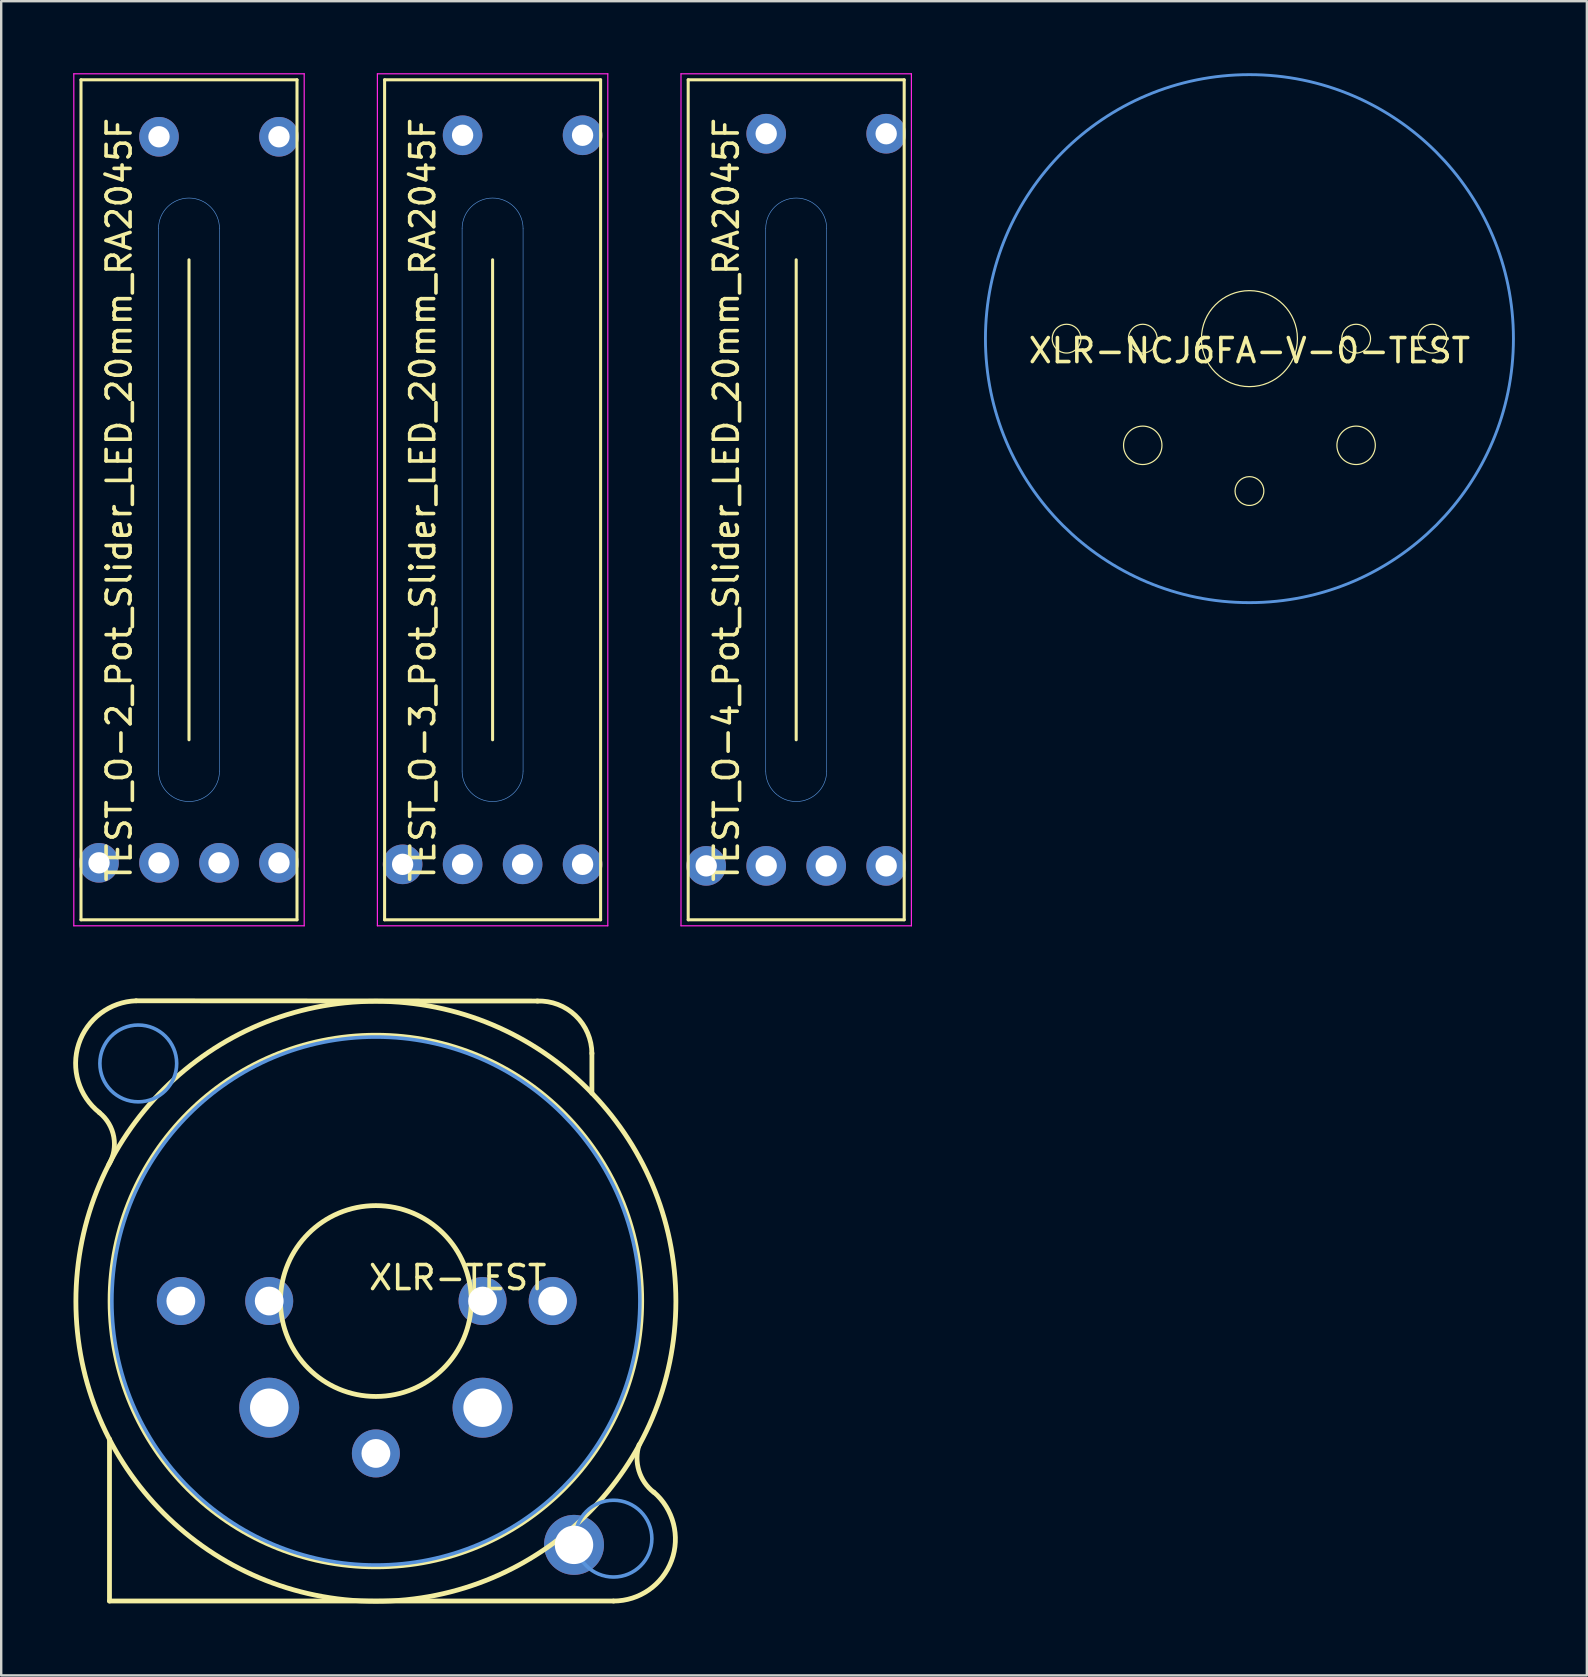
<source format=kicad_pcb>
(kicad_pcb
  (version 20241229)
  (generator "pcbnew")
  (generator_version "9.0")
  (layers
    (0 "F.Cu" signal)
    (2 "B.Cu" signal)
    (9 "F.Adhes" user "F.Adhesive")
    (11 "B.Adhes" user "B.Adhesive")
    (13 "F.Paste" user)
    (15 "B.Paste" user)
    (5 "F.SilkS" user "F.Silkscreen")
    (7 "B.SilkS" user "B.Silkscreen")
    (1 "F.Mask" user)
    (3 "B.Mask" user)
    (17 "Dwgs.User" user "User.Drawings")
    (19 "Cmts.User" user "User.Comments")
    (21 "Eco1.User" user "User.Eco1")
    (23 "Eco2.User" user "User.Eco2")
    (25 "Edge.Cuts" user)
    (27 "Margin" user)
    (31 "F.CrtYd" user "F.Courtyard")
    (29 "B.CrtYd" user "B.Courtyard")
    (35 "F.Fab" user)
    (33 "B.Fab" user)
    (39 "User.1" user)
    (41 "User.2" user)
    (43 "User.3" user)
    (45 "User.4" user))
  (footprint "TEST_O-2_Pot_Slider_LED_20mm_RA2045F"
    (layer "F.Cu")
    (at 4.825 17.775)
    (property "Reference" "TEST_O-2_Pot_Slider_LED_20mm_RA2045F" (at -2.91 0 90) (layer "F.SilkS") (effects (font (size 1 1) (thickness 0.15))))
    (attr exclude_from_pos_files exclude_from_bom)
    (fp_line (start -4.5 -17.5) (end -4.5 17.5) (stroke (width 0.127) (type solid)) (layer "F.SilkS"))
    (fp_line (start -4.5 17.5) (end 4.5 17.5) (stroke (width 0.127) (type solid)) (layer "F.SilkS"))
    (fp_line (start 0 10) (end 0 -10) (stroke (width 0.127) (type solid)) (layer "F.SilkS"))
    (fp_line (start 4.5 -17.5) (end -4.5 -17.5) (stroke (width 0.127) (type solid)) (layer "F.SilkS"))
    (fp_line (start 4.5 17.5) (end 4.5 -17.5) (stroke (width 0.127) (type solid)) (layer "F.SilkS"))
    (fp_line (start -1.27 -11.303) (end -1.27 11.303) (stroke (width 0.025) (type solid)) (layer "Cmts.User"))
    (fp_line (start 1.27 -11.303) (end 1.27 11.303) (stroke (width 0.025) (type solid)) (layer "Cmts.User"))
    (fp_arc (start -1.27 -11.303) (mid 0 -12.573) (end 1.27 -11.303) (stroke (width 0.0254) (type solid)) (layer "Cmts.User"))
    (fp_arc (start 1.27 11.303) (mid 0 12.573) (end -1.27 11.303) (stroke (width 0.0254) (type solid)) (layer "Cmts.User"))
    (fp_line (start -4.8 -17.75) (end -4.8 17.75) (stroke (width 0.05) (type solid)) (layer "F.CrtYd"))
    (fp_line (start -4.8 17.75) (end 4.8 17.75) (stroke (width 0.05) (type solid)) (layer "F.CrtYd"))
    (fp_line (start 4.8 -17.75) (end -4.8 -17.75) (stroke (width 0.05) (type solid)) (layer "F.CrtYd"))
    (fp_line (start 4.8 17.75) (end 4.8 -17.75) (stroke (width 0.05) (type solid)) (layer "F.CrtYd"))
    (pad "LEDA" thru_hole circle (at 3.749 -15.126 90) (size 1.651 1.651) (drill 0.889) (layers "*.Cu" "*.Mask"))
    (pad "LEDC" thru_hole circle (at 3.749 15.126 90) (size 1.651 1.651) (drill 0.889) (layers "*.Cu" "*.Mask"))
    (pad "NC" thru_hole circle (at 1.25 15.126 90) (size 1.651 1.651) (drill 0.889) (layers "*.Cu" "*.Mask"))
    (pad "P1" thru_hole circle (at -1.25 15.126 90) (size 1.651 1.651) (drill 0.889) (layers "*.Cu" "*.Mask"))
    (pad "P2" thru_hole circle (at -3.749 15.126 90) (size 1.651 1.651) (drill 0.889) (layers "*.Cu" "*.Mask"))
    (pad "P3" thru_hole circle (at -1.25 -15.126 90) (size 1.651 1.651) (drill 0.889) (layers "*.Cu" "*.Mask")))
  (footprint "XLR-TEST"
    (layer "F.Cu")
    (at 12.612 51.16)
    (property "Reference" "XLR-TEST" (at -0.38 -0.39 0) (layer "F.SilkS") (effects (font (size 1 1) (thickness 0.15)) (justify left bottom)))
    (attr through_hole)
    (fp_line (start -11.1 5.75) (end -11.1 12.5) (stroke (width 0.2) (type solid)) (layer "F.SilkS"))
    (fp_line (start -9.99 -12.51) (end 6.74 -12.5) (stroke (width 0.2) (type solid)) (layer "F.SilkS"))
    (fp_line (start 9 -10.33) (end 9 -8.66) (stroke (width 0.2) (type solid)) (layer "F.SilkS"))
    (fp_line (start 9.9 12.5) (end -11.1 12.5) (stroke (width 0.2) (type solid)) (layer "F.SilkS"))
    (fp_arc (start -11.519842 -7.849144) (mid -10.920494 -6.837256) (end -11.13 -5.68) (stroke (width 0.2) (type solid)) (layer "F.SilkS"))
    (fp_arc (start -11.519564 -7.85129) (mid -12.381239 -10.714649) (end -9.99 -12.51) (stroke (width 0.2) (type solid)) (layer "F.SilkS"))
    (fp_arc (start 6.720903 -12.50003) (mid 8.323828 -11.888266) (end 9 -10.31143) (stroke (width 0.2) (type solid)) (layer "F.SilkS"))
    (fp_arc (start 11.579631 7.969713) (mid 10.959933 7.071936) (end 10.969153 5.981091) (stroke (width 0.2) (type solid)) (layer "F.SilkS"))
    (fp_arc (start 11.582414 7.964013) (mid 12.318972 10.817205) (end 9.9 12.5) (stroke (width 0.2) (type solid)) (layer "F.SilkS"))
    (fp_arc (start 12.499984 0.02) (mid -12.499996 -0.01) (end 12.5 0) (stroke (width 0.2) (type solid)) (layer "F.SilkS"))
    (fp_circle (center 0 0) (end 3.976 0) (stroke (width 0.2) (type solid)) (fill no) (layer "F.SilkS"))
    (fp_circle (center 0 0) (end 11.075 0) (stroke (width 0.2) (type solid)) (fill no) (layer "F.SilkS"))
    (fp_circle (center -9.9 -9.9) (end -8.3 -9.9) (stroke (width 0.15) (type solid)) (fill no) (layer "Cmts.User"))
    (fp_circle (center 0 0) (end 11 0) (stroke (width 0.15) (type solid)) (fill no) (layer "Cmts.User"))
    (fp_circle (center 9.9 9.9) (end 11.5 9.9) (stroke (width 0.15) (type solid)) (fill no) (layer "Cmts.User"))
    (pad "1" thru_hole circle (at 4.445 0 270) (size 2 2) (drill 1.2) (layers "*.Cu" "*.Mask"))
    (pad "1" thru_hole circle (at 7.366 0 270) (size 2 2) (drill 1.2) (layers "*.Cu" "*.Mask"))
    (pad "2" thru_hole circle (at -8.128 0 270) (size 2 2) (drill 1.2) (layers "*.Cu" "*.Mask"))
    (pad "2" thru_hole circle (at -4.445 0 270) (size 2 2) (drill 1.2) (layers "*.Cu" "*.Mask"))
    (pad "3" thru_hole circle (at -4.445 4.445 270) (size 2.5 2.5) (drill 1.6) (layers "*.Cu" "*.Mask"))
    (pad "3" thru_hole circle (at 0 6.35 270) (size 2 2) (drill 1.2) (layers "*.Cu" "*.Mask"))
    (pad "3" thru_hole circle (at 4.445 4.445 270) (size 2.5 2.5) (drill 1.6) (layers "*.Cu" "*.Mask"))
    (pad "4" thru_hole circle (at 8.255 10.16 270) (size 2.5 2.5) (drill 1.6) (layers "*.Cu" "*.Mask")))
  (footprint "XLR-NCJ6FA-V-0-TEST"
    (layer "F.Cu")
    (at 49.01 11.06)
    (property "Reference" "XLR-NCJ6FA-V-0-TEST" (at 0 0.5 0) (layer "F.SilkS") (effects (font (size 1 1) (thickness 0.15))))
    (attr through_hole)
    (fp_circle (center -7.62 0) (end -7.02 0) (stroke (width 0.05) (type solid)) (fill no) (layer "F.SilkS"))
    (fp_circle (center -4.445 0) (end -3.845 0) (stroke (width 0.05) (type solid)) (fill no) (layer "F.SilkS"))
    (fp_circle (center -4.445 4.445) (end -3.645 4.445) (stroke (width 0.05) (type solid)) (fill no) (layer "F.SilkS"))
    (fp_circle (center 0 0) (end 2 0) (stroke (width 0.05) (type solid)) (fill no) (layer "F.SilkS"))
    (fp_circle (center 0 6.35) (end 0.6 6.35) (stroke (width 0.05) (type solid)) (fill no) (layer "F.SilkS"))
    (fp_circle (center 4.445 0) (end 5.045 0) (stroke (width 0.05) (type solid)) (fill no) (layer "F.SilkS"))
    (fp_circle (center 4.445 4.445) (end 5.245 4.445) (stroke (width 0.05) (type solid)) (fill no) (layer "F.SilkS"))
    (fp_circle (center 7.62 0) (end 8.22 0) (stroke (width 0.05) (type solid)) (fill no) (layer "F.SilkS"))
    (fp_circle (center 0 0) (end 11 0) (stroke (width 0.12) (type solid)) (fill no) (layer "Cmts.User")))
  (footprint "TEST_O-4_Pot_Slider_LED_20mm_RA2045F"
    (layer "F.Cu")
    (at 30.125 17.775)
    (property "Reference" "TEST_O-4_Pot_Slider_LED_20mm_RA2045F" (at -2.91 0 90) (layer "F.SilkS") (effects (font (size 1 1) (thickness 0.15))))
    (attr exclude_from_pos_files exclude_from_bom)
    (fp_line (start -4.5 -17.5) (end -4.5 17.5) (stroke (width 0.127) (type solid)) (layer "F.SilkS"))
    (fp_line (start -4.5 17.5) (end 4.5 17.5) (stroke (width 0.127) (type solid)) (layer "F.SilkS"))
    (fp_line (start 0 10) (end 0 -10) (stroke (width 0.127) (type solid)) (layer "F.SilkS"))
    (fp_line (start 4.5 -17.5) (end -4.5 -17.5) (stroke (width 0.127) (type solid)) (layer "F.SilkS"))
    (fp_line (start 4.5 17.5) (end 4.5 -17.5) (stroke (width 0.127) (type solid)) (layer "F.SilkS"))
    (fp_line (start -1.27 -11.303) (end -1.27 11.303) (stroke (width 0.025) (type solid)) (layer "Cmts.User"))
    (fp_line (start 1.27 -11.303) (end 1.27 11.303) (stroke (width 0.025) (type solid)) (layer "Cmts.User"))
    (fp_arc (start -1.27 -11.303) (mid 0 -12.573) (end 1.27 -11.303) (stroke (width 0.0254) (type solid)) (layer "Cmts.User"))
    (fp_arc (start 1.27 11.303) (mid 0 12.573) (end -1.27 11.303) (stroke (width 0.0254) (type solid)) (layer "Cmts.User"))
    (fp_line (start -4.8 -17.75) (end -4.8 17.75) (stroke (width 0.05) (type solid)) (layer "F.CrtYd"))
    (fp_line (start -4.8 17.75) (end 4.8 17.75) (stroke (width 0.05) (type solid)) (layer "F.CrtYd"))
    (fp_line (start 4.8 -17.75) (end -4.8 -17.75) (stroke (width 0.05) (type solid)) (layer "F.CrtYd"))
    (fp_line (start 4.8 17.75) (end 4.8 -17.75) (stroke (width 0.05) (type solid)) (layer "F.CrtYd"))
    (pad "LEDA" thru_hole circle (at 3.749 -15.253 90) (size 1.651 1.651) (drill 0.889) (layers "*.Cu" "*.Mask"))
    (pad "LEDC" thru_hole circle (at 3.749 15.253 90) (size 1.651 1.651) (drill 0.889) (layers "*.Cu" "*.Mask"))
    (pad "NC" thru_hole circle (at 1.25 15.253 90) (size 1.651 1.651) (drill 0.889) (layers "*.Cu" "*.Mask"))
    (pad "P1" thru_hole circle (at -1.25 15.253 90) (size 1.651 1.651) (drill 0.889) (layers "*.Cu" "*.Mask"))
    (pad "P2" thru_hole circle (at -3.749 15.253 90) (size 1.651 1.651) (drill 0.889) (layers "*.Cu" "*.Mask"))
    (pad "P3" thru_hole circle (at -1.25 -15.253 90) (size 1.651 1.651) (drill 0.889) (layers "*.Cu" "*.Mask")))
  (footprint "TEST_O-3_Pot_Slider_LED_20mm_RA2045F"
    (layer "F.Cu")
    (at 17.475 17.775)
    (property "Reference" "TEST_O-3_Pot_Slider_LED_20mm_RA2045F" (at -2.91 0 90) (layer "F.SilkS") (effects (font (size 1 1) (thickness 0.15))))
    (attr exclude_from_pos_files exclude_from_bom)
    (fp_line (start -4.5 -17.5) (end -4.5 17.5) (stroke (width 0.127) (type solid)) (layer "F.SilkS"))
    (fp_line (start -4.5 17.5) (end 4.5 17.5) (stroke (width 0.127) (type solid)) (layer "F.SilkS"))
    (fp_line (start 0 10) (end 0 -10) (stroke (width 0.127) (type solid)) (layer "F.SilkS"))
    (fp_line (start 4.5 -17.5) (end -4.5 -17.5) (stroke (width 0.127) (type solid)) (layer "F.SilkS"))
    (fp_line (start 4.5 17.5) (end 4.5 -17.5) (stroke (width 0.127) (type solid)) (layer "F.SilkS"))
    (fp_line (start -1.27 -11.303) (end -1.27 11.303) (stroke (width 0.025) (type solid)) (layer "Cmts.User"))
    (fp_line (start 1.27 -11.303) (end 1.27 11.303) (stroke (width 0.025) (type solid)) (layer "Cmts.User"))
    (fp_arc (start -1.27 -11.303) (mid 0 -12.573) (end 1.27 -11.303) (stroke (width 0.0254) (type solid)) (layer "Cmts.User"))
    (fp_arc (start 1.27 11.303) (mid 0 12.573) (end -1.27 11.303) (stroke (width 0.0254) (type solid)) (layer "Cmts.User"))
    (fp_line (start -4.8 -17.75) (end -4.8 17.75) (stroke (width 0.05) (type solid)) (layer "F.CrtYd"))
    (fp_line (start -4.8 17.75) (end 4.8 17.75) (stroke (width 0.05) (type solid)) (layer "F.CrtYd"))
    (fp_line (start 4.8 -17.75) (end -4.8 -17.75) (stroke (width 0.05) (type solid)) (layer "F.CrtYd"))
    (fp_line (start 4.8 17.75) (end 4.8 -17.75) (stroke (width 0.05) (type solid)) (layer "F.CrtYd"))
    (pad "LEDA" thru_hole circle (at 3.749 -15.189 90) (size 1.651 1.651) (drill 0.889) (layers "*.Cu" "*.Mask"))
    (pad "LEDC" thru_hole circle (at 3.749 15.189 90) (size 1.651 1.651) (drill 0.889) (layers "*.Cu" "*.Mask"))
    (pad "NC" thru_hole circle (at 1.25 15.189 90) (size 1.651 1.651) (drill 0.889) (layers "*.Cu" "*.Mask"))
    (pad "P1" thru_hole circle (at -1.25 15.189 90) (size 1.651 1.651) (drill 0.889) (layers "*.Cu" "*.Mask"))
    (pad "P2" thru_hole circle (at -3.749 15.189 90) (size 1.651 1.651) (drill 0.889) (layers "*.Cu" "*.Mask"))
    (pad "P3" thru_hole circle (at -1.25 -15.189 90) (size 1.651 1.651) (drill 0.889) (layers "*.Cu" "*.Mask")))
  (gr_rect
    (start -3 -3)
    (end 63.07 66.76)
    (stroke (width 0.1) (type default))
    (fill no)
    (layer "Edge.Cuts")))
</source>
